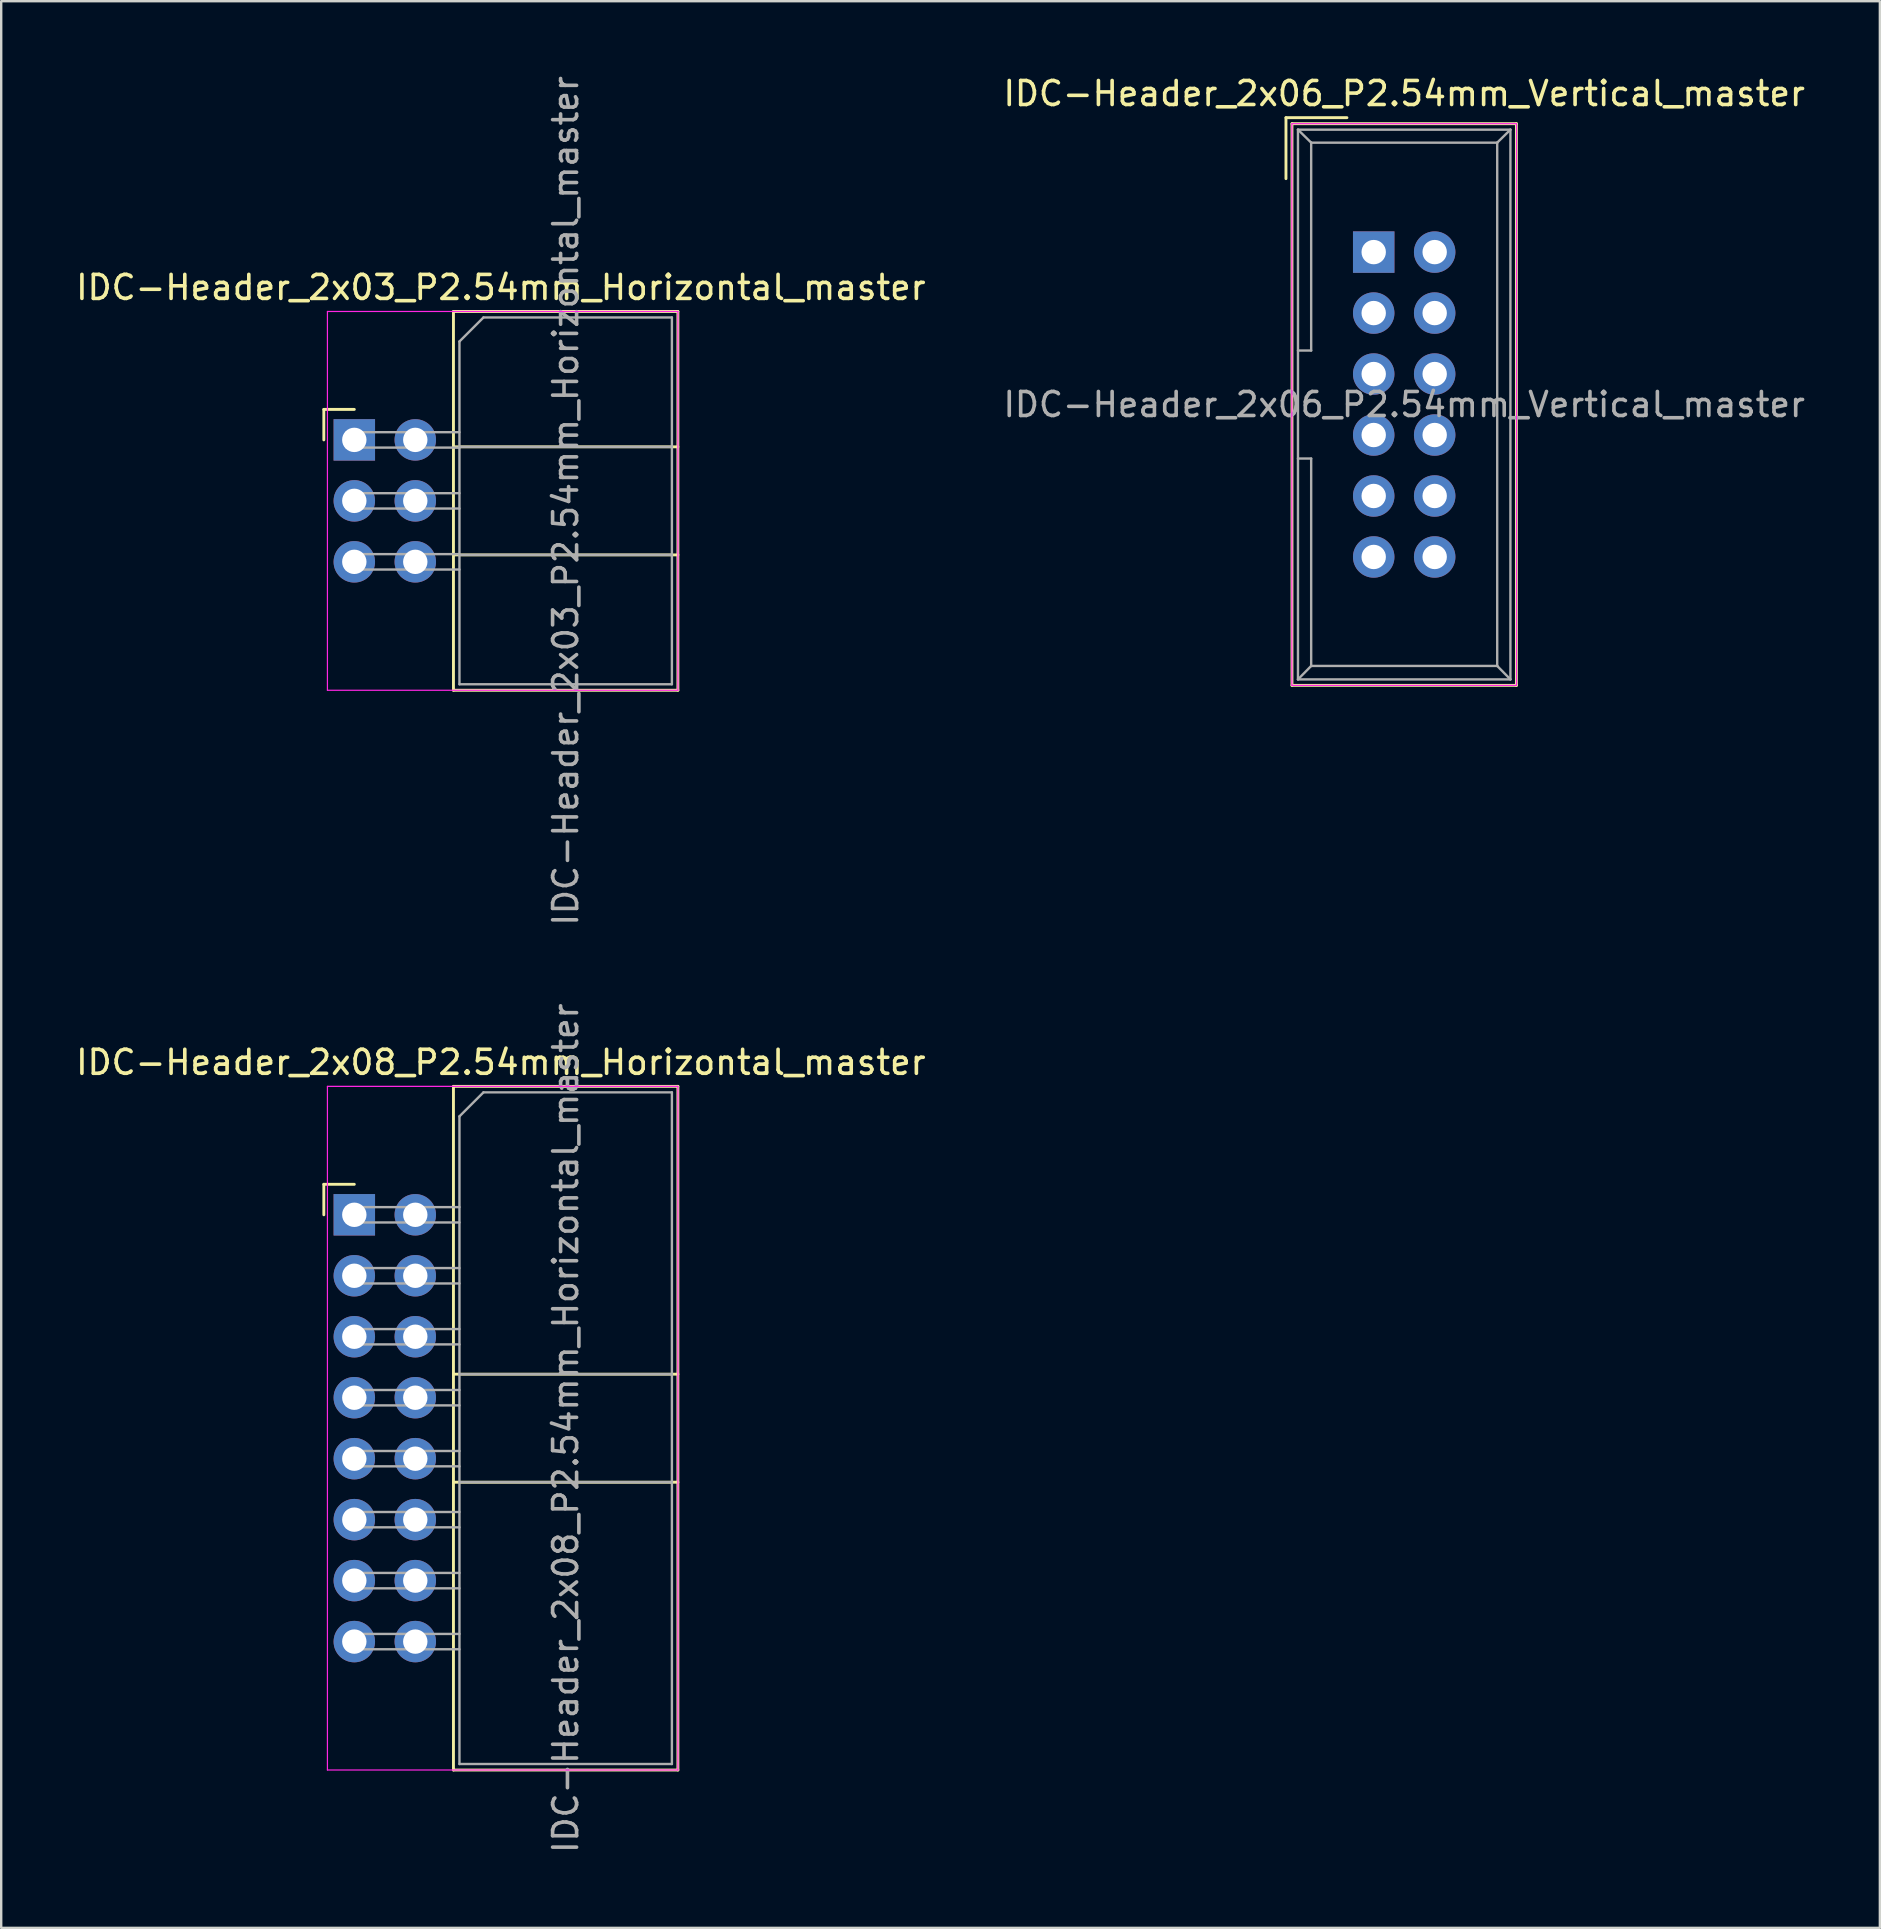
<source format=kicad_pcb>
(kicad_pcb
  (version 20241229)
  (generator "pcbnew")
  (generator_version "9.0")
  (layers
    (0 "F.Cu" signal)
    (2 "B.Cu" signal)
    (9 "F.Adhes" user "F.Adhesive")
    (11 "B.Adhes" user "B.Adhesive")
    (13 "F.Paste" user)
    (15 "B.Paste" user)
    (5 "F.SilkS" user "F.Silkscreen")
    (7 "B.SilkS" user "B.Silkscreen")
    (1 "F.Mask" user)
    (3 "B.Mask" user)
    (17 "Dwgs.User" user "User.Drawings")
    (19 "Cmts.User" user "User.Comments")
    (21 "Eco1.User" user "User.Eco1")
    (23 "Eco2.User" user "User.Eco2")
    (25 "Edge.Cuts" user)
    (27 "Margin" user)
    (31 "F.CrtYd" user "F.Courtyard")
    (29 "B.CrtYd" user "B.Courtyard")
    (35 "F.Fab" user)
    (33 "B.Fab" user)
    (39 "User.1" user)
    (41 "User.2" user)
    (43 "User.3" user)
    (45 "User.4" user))
  (footprint "IDC-Header_2x08_P2.54mm_Horizontal_master"
    (layer "F.Cu")
    (at 11.71 47.556)
    (property "Reference" "IDC-Header_2x08_P2.54mm_Horizontal_master" (at 6.105 -6.35 0) (layer "F.SilkS") (effects (font (size 1 1) (thickness 0.15))))
    (attr through_hole)
    (fp_line (start -1.27 -1.27) (end -1.27 0) (stroke (width 0.12) (type solid)) (layer "F.SilkS"))
    (fp_line (start 0 -1.27) (end -1.27 -1.27) (stroke (width 0.12) (type solid)) (layer "F.SilkS"))
    (fp_line (start 4.13 -5.35) (end 13.48 -5.35) (stroke (width 0.12) (type solid)) (layer "F.SilkS"))
    (fp_line (start 4.13 6.64) (end 13.48 6.64) (stroke (width 0.12) (type solid)) (layer "F.SilkS"))
    (fp_line (start 4.13 11.14) (end 13.48 11.14) (stroke (width 0.12) (type solid)) (layer "F.SilkS"))
    (fp_line (start 4.13 23.13) (end 4.13 -5.35) (stroke (width 0.12) (type solid)) (layer "F.SilkS"))
    (fp_line (start 4.13 23.13) (end 13.48 23.13) (stroke (width 0.12) (type solid)) (layer "F.SilkS"))
    (fp_line (start 13.48 -5.35) (end 13.48 23.13) (stroke (width 0.12) (type solid)) (layer "F.SilkS"))
    (fp_line (start -1.12 -5.35) (end 13.48 -5.35) (stroke (width 0.05) (type solid)) (layer "F.CrtYd"))
    (fp_line (start -1.12 23.13) (end -1.12 -5.35) (stroke (width 0.05) (type solid)) (layer "F.CrtYd"))
    (fp_line (start 13.48 -5.35) (end 13.48 23.13) (stroke (width 0.05) (type solid)) (layer "F.CrtYd"))
    (fp_line (start 13.48 23.13) (end -1.12 23.13) (stroke (width 0.05) (type solid)) (layer "F.CrtYd"))
    (fp_line (start -0.32 -0.32) (end -0.32 0.32) (stroke (width 0.1) (type solid)) (layer "F.Fab"))
    (fp_line (start -0.32 0.32) (end 4.38 0.32) (stroke (width 0.1) (type solid)) (layer "F.Fab"))
    (fp_line (start -0.32 2.22) (end -0.32 2.86) (stroke (width 0.1) (type solid)) (layer "F.Fab"))
    (fp_line (start -0.32 2.86) (end 4.38 2.86) (stroke (width 0.1) (type solid)) (layer "F.Fab"))
    (fp_line (start -0.32 4.76) (end -0.32 5.4) (stroke (width 0.1) (type solid)) (layer "F.Fab"))
    (fp_line (start -0.32 5.4) (end 4.38 5.4) (stroke (width 0.1) (type solid)) (layer "F.Fab"))
    (fp_line (start -0.32 7.3) (end -0.32 7.94) (stroke (width 0.1) (type solid)) (layer "F.Fab"))
    (fp_line (start -0.32 7.94) (end 4.38 7.94) (stroke (width 0.1) (type solid)) (layer "F.Fab"))
    (fp_line (start -0.32 9.84) (end -0.32 10.48) (stroke (width 0.1) (type solid)) (layer "F.Fab"))
    (fp_line (start -0.32 10.48) (end 4.38 10.48) (stroke (width 0.1) (type solid)) (layer "F.Fab"))
    (fp_line (start -0.32 12.38) (end -0.32 13.02) (stroke (width 0.1) (type solid)) (layer "F.Fab"))
    (fp_line (start -0.32 13.02) (end 4.38 13.02) (stroke (width 0.1) (type solid)) (layer "F.Fab"))
    (fp_line (start -0.32 14.92) (end -0.32 15.56) (stroke (width 0.1) (type solid)) (layer "F.Fab"))
    (fp_line (start -0.32 15.56) (end 4.38 15.56) (stroke (width 0.1) (type solid)) (layer "F.Fab"))
    (fp_line (start -0.32 17.46) (end -0.32 18.1) (stroke (width 0.1) (type solid)) (layer "F.Fab"))
    (fp_line (start -0.32 18.1) (end 4.38 18.1) (stroke (width 0.1) (type solid)) (layer "F.Fab"))
    (fp_line (start 4.38 -4.1) (end 5.38 -5.1) (stroke (width 0.1) (type solid)) (layer "F.Fab"))
    (fp_line (start 4.38 -0.32) (end -0.32 -0.32) (stroke (width 0.1) (type solid)) (layer "F.Fab"))
    (fp_line (start 4.38 2.22) (end -0.32 2.22) (stroke (width 0.1) (type solid)) (layer "F.Fab"))
    (fp_line (start 4.38 4.76) (end -0.32 4.76) (stroke (width 0.1) (type solid)) (layer "F.Fab"))
    (fp_line (start 4.38 6.64) (end 13.23 6.64) (stroke (width 0.1) (type solid)) (layer "F.Fab"))
    (fp_line (start 4.38 7.3) (end -0.32 7.3) (stroke (width 0.1) (type solid)) (layer "F.Fab"))
    (fp_line (start 4.38 9.84) (end -0.32 9.84) (stroke (width 0.1) (type solid)) (layer "F.Fab"))
    (fp_line (start 4.38 11.14) (end 13.23 11.14) (stroke (width 0.1) (type solid)) (layer "F.Fab"))
    (fp_line (start 4.38 12.38) (end -0.32 12.38) (stroke (width 0.1) (type solid)) (layer "F.Fab"))
    (fp_line (start 4.38 14.92) (end -0.32 14.92) (stroke (width 0.1) (type solid)) (layer "F.Fab"))
    (fp_line (start 4.38 17.46) (end -0.32 17.46) (stroke (width 0.1) (type solid)) (layer "F.Fab"))
    (fp_line (start 4.38 22.88) (end 4.38 -4.1) (stroke (width 0.1) (type solid)) (layer "F.Fab"))
    (fp_line (start 4.38 22.88) (end 13.23 22.88) (stroke (width 0.1) (type solid)) (layer "F.Fab"))
    (fp_line (start 5.38 -5.1) (end 13.23 -5.1) (stroke (width 0.1) (type solid)) (layer "F.Fab"))
    (fp_line (start 13.23 22.88) (end 13.23 -5.1) (stroke (width 0.1) (type solid)) (layer "F.Fab"))
    (fp_text user "${REFERENCE}" (at 8.805 8.89 90) (layer "F.Fab") (effects (font (size 1 1) (thickness 0.15))))
    (pad "1" thru_hole rect (at 0 0) (size 1.727 1.727) (drill 1.016) (layers "*.Cu" "*.Mask"))
    (pad "2" thru_hole oval (at 2.54 0) (size 1.727 1.727) (drill 1.016) (layers "*.Cu" "*.Mask"))
    (pad "3" thru_hole oval (at 0 2.54) (size 1.727 1.727) (drill 1.016) (layers "*.Cu" "*.Mask"))
    (pad "4" thru_hole oval (at 2.54 2.54) (size 1.727 1.727) (drill 1.016) (layers "*.Cu" "*.Mask"))
    (pad "5" thru_hole oval (at 0 5.08) (size 1.727 1.727) (drill 1.016) (layers "*.Cu" "*.Mask"))
    (pad "6" thru_hole oval (at 2.54 5.08) (size 1.727 1.727) (drill 1.016) (layers "*.Cu" "*.Mask"))
    (pad "7" thru_hole oval (at 0 7.62) (size 1.727 1.727) (drill 1.016) (layers "*.Cu" "*.Mask"))
    (pad "8" thru_hole oval (at 2.54 7.62) (size 1.727 1.727) (drill 1.016) (layers "*.Cu" "*.Mask"))
    (pad "9" thru_hole oval (at 0 10.16) (size 1.727 1.727) (drill 1.016) (layers "*.Cu" "*.Mask"))
    (pad "10" thru_hole oval (at 2.54 10.16) (size 1.727 1.727) (drill 1.016) (layers "*.Cu" "*.Mask"))
    (pad "11" thru_hole oval (at 0 12.7) (size 1.727 1.727) (drill 1.016) (layers "*.Cu" "*.Mask"))
    (pad "12" thru_hole oval (at 2.54 12.7) (size 1.727 1.727) (drill 1.016) (layers "*.Cu" "*.Mask"))
    (pad "13" thru_hole oval (at 0 15.24) (size 1.727 1.727) (drill 1.016) (layers "*.Cu" "*.Mask"))
    (pad "14" thru_hole oval (at 2.54 15.24) (size 1.727 1.727) (drill 1.016) (layers "*.Cu" "*.Mask"))
    (pad "15" thru_hole oval (at 0 17.78) (size 1.727 1.727) (drill 1.016) (layers "*.Cu" "*.Mask"))
    (pad "16" thru_hole oval (at 2.54 17.78) (size 1.727 1.727) (drill 1.016) (layers "*.Cu" "*.Mask")))
  (footprint "IDC-Header_2x06_P2.54mm_Vertical_master"
    (layer "F.Cu")
    (at 54.176 7.452)
    (property "Reference" "IDC-Header_2x06_P2.54mm_Vertical_master" (at 1.27 -6.604 0) (layer "F.SilkS") (effects (font (size 1 1) (thickness 0.15))))
    (attr through_hole)
    (fp_line (start -3.655 -5.6) (end -3.655 -3.06) (stroke (width 0.12) (type solid)) (layer "F.SilkS"))
    (fp_line (start -3.655 -5.6) (end -1.115 -5.6) (stroke (width 0.12) (type solid)) (layer "F.SilkS"))
    (fp_line (start -3.405 -5.35) (end 5.945 -5.35) (stroke (width 0.12) (type solid)) (layer "F.SilkS"))
    (fp_line (start -3.405 18.05) (end -3.405 -5.35) (stroke (width 0.12) (type solid)) (layer "F.SilkS"))
    (fp_line (start 5.945 -5.35) (end 5.945 18.05) (stroke (width 0.12) (type solid)) (layer "F.SilkS"))
    (fp_line (start 5.945 18.05) (end -3.405 18.05) (stroke (width 0.12) (type solid)) (layer "F.SilkS"))
    (fp_line (start -3.41 -5.35) (end 5.95 -5.35) (stroke (width 0.05) (type solid)) (layer "F.CrtYd"))
    (fp_line (start -3.41 18.05) (end -3.41 -5.35) (stroke (width 0.05) (type solid)) (layer "F.CrtYd"))
    (fp_line (start 5.95 -5.35) (end 5.95 18.05) (stroke (width 0.05) (type solid)) (layer "F.CrtYd"))
    (fp_line (start 5.95 18.05) (end -3.41 18.05) (stroke (width 0.05) (type solid)) (layer "F.CrtYd"))
    (fp_line (start -3.155 -5.1) (end -3.155 17.8) (stroke (width 0.1) (type solid)) (layer "F.Fab"))
    (fp_line (start -3.155 -5.1) (end -2.605 -4.56) (stroke (width 0.1) (type solid)) (layer "F.Fab"))
    (fp_line (start -3.155 17.8) (end -2.605 17.24) (stroke (width 0.1) (type solid)) (layer "F.Fab"))
    (fp_line (start -2.605 -4.56) (end -2.605 4.1) (stroke (width 0.1) (type solid)) (layer "F.Fab"))
    (fp_line (start -2.605 4.1) (end -3.155 4.1) (stroke (width 0.1) (type solid)) (layer "F.Fab"))
    (fp_line (start -2.605 8.6) (end -3.155 8.6) (stroke (width 0.1) (type solid)) (layer "F.Fab"))
    (fp_line (start -2.605 8.6) (end -2.605 17.24) (stroke (width 0.1) (type solid)) (layer "F.Fab"))
    (fp_line (start 5.145 -4.56) (end -2.605 -4.56) (stroke (width 0.1) (type solid)) (layer "F.Fab"))
    (fp_line (start 5.145 -4.56) (end 5.145 17.24) (stroke (width 0.1) (type solid)) (layer "F.Fab"))
    (fp_line (start 5.145 17.24) (end -2.605 17.24) (stroke (width 0.1) (type solid)) (layer "F.Fab"))
    (fp_line (start 5.695 -5.1) (end -3.155 -5.1) (stroke (width 0.1) (type solid)) (layer "F.Fab"))
    (fp_line (start 5.695 -5.1) (end 5.145 -4.56) (stroke (width 0.1) (type solid)) (layer "F.Fab"))
    (fp_line (start 5.695 -5.1) (end 5.695 17.8) (stroke (width 0.1) (type solid)) (layer "F.Fab"))
    (fp_line (start 5.695 17.8) (end -3.155 17.8) (stroke (width 0.1) (type solid)) (layer "F.Fab"))
    (fp_line (start 5.695 17.8) (end 5.145 17.24) (stroke (width 0.1) (type solid)) (layer "F.Fab"))
    (fp_text user "${REFERENCE}" (at 1.27 6.35 0) (layer "F.Fab") (effects (font (size 1 1) (thickness 0.15))))
    (pad "1" thru_hole rect (at 0 0) (size 1.727 1.727) (drill 1.016) (layers "*.Cu" "*.Mask"))
    (pad "2" thru_hole oval (at 2.54 0) (size 1.727 1.727) (drill 1.016) (layers "*.Cu" "*.Mask"))
    (pad "3" thru_hole oval (at 0 2.54) (size 1.727 1.727) (drill 1.016) (layers "*.Cu" "*.Mask"))
    (pad "4" thru_hole oval (at 2.54 2.54) (size 1.727 1.727) (drill 1.016) (layers "*.Cu" "*.Mask"))
    (pad "5" thru_hole oval (at 0 5.08) (size 1.727 1.727) (drill 1.016) (layers "*.Cu" "*.Mask"))
    (pad "6" thru_hole oval (at 2.54 5.08) (size 1.727 1.727) (drill 1.016) (layers "*.Cu" "*.Mask"))
    (pad "7" thru_hole oval (at 0 7.62) (size 1.727 1.727) (drill 1.016) (layers "*.Cu" "*.Mask"))
    (pad "8" thru_hole oval (at 2.54 7.62) (size 1.727 1.727) (drill 1.016) (layers "*.Cu" "*.Mask"))
    (pad "9" thru_hole oval (at 0 10.16) (size 1.727 1.727) (drill 1.016) (layers "*.Cu" "*.Mask"))
    (pad "10" thru_hole oval (at 2.54 10.16) (size 1.727 1.727) (drill 1.016) (layers "*.Cu" "*.Mask"))
    (pad "11" thru_hole oval (at 0 12.7) (size 1.727 1.727) (drill 1.016) (layers "*.Cu" "*.Mask"))
    (pad "12" thru_hole oval (at 2.54 12.7) (size 1.727 1.727) (drill 1.016) (layers "*.Cu" "*.Mask")))
  (footprint "IDC-Header_2x03_P2.54mm_Horizontal_master"
    (layer "F.Cu")
    (at 11.71 15.275)
    (property "Reference" "IDC-Header_2x03_P2.54mm_Horizontal_master" (at 6.105 -6.35 0) (layer "F.SilkS") (effects (font (size 1 1) (thickness 0.15))))
    (attr through_hole)
    (fp_line (start -1.27 -1.27) (end -1.27 0) (stroke (width 0.12) (type solid)) (layer "F.SilkS"))
    (fp_line (start 0 -1.27) (end -1.27 -1.27) (stroke (width 0.12) (type solid)) (layer "F.SilkS"))
    (fp_line (start 4.13 -5.35) (end 13.48 -5.35) (stroke (width 0.12) (type solid)) (layer "F.SilkS"))
    (fp_line (start 4.13 0.29) (end 13.48 0.29) (stroke (width 0.12) (type solid)) (layer "F.SilkS"))
    (fp_line (start 4.13 4.79) (end 13.48 4.79) (stroke (width 0.12) (type solid)) (layer "F.SilkS"))
    (fp_line (start 4.13 10.43) (end 4.13 -5.35) (stroke (width 0.12) (type solid)) (layer "F.SilkS"))
    (fp_line (start 4.13 10.43) (end 13.48 10.43) (stroke (width 0.12) (type solid)) (layer "F.SilkS"))
    (fp_line (start 13.48 -5.35) (end 13.48 10.43) (stroke (width 0.12) (type solid)) (layer "F.SilkS"))
    (fp_line (start -1.12 -5.35) (end 13.48 -5.35) (stroke (width 0.05) (type solid)) (layer "F.CrtYd"))
    (fp_line (start -1.12 10.43) (end -1.12 -5.35) (stroke (width 0.05) (type solid)) (layer "F.CrtYd"))
    (fp_line (start 13.48 -5.35) (end 13.48 10.43) (stroke (width 0.05) (type solid)) (layer "F.CrtYd"))
    (fp_line (start 13.48 10.43) (end -1.12 10.43) (stroke (width 0.05) (type solid)) (layer "F.CrtYd"))
    (fp_line (start -0.32 -0.32) (end -0.32 0.32) (stroke (width 0.1) (type solid)) (layer "F.Fab"))
    (fp_line (start -0.32 0.32) (end 4.38 0.32) (stroke (width 0.1) (type solid)) (layer "F.Fab"))
    (fp_line (start -0.32 2.22) (end -0.32 2.86) (stroke (width 0.1) (type solid)) (layer "F.Fab"))
    (fp_line (start -0.32 2.86) (end 4.38 2.86) (stroke (width 0.1) (type solid)) (layer "F.Fab"))
    (fp_line (start -0.32 4.76) (end -0.32 5.4) (stroke (width 0.1) (type solid)) (layer "F.Fab"))
    (fp_line (start -0.32 5.4) (end 4.38 5.4) (stroke (width 0.1) (type solid)) (layer "F.Fab"))
    (fp_line (start 4.38 -4.1) (end 5.38 -5.1) (stroke (width 0.1) (type solid)) (layer "F.Fab"))
    (fp_line (start 4.38 -0.32) (end -0.32 -0.32) (stroke (width 0.1) (type solid)) (layer "F.Fab"))
    (fp_line (start 4.38 0.29) (end 13.23 0.29) (stroke (width 0.1) (type solid)) (layer "F.Fab"))
    (fp_line (start 4.38 2.22) (end -0.32 2.22) (stroke (width 0.1) (type solid)) (layer "F.Fab"))
    (fp_line (start 4.38 4.76) (end -0.32 4.76) (stroke (width 0.1) (type solid)) (layer "F.Fab"))
    (fp_line (start 4.38 4.79) (end 13.23 4.79) (stroke (width 0.1) (type solid)) (layer "F.Fab"))
    (fp_line (start 4.38 10.18) (end 4.38 -4.1) (stroke (width 0.1) (type solid)) (layer "F.Fab"))
    (fp_line (start 4.38 10.18) (end 13.23 10.18) (stroke (width 0.1) (type solid)) (layer "F.Fab"))
    (fp_line (start 5.38 -5.1) (end 13.23 -5.1) (stroke (width 0.1) (type solid)) (layer "F.Fab"))
    (fp_line (start 13.23 10.18) (end 13.23 -5.1) (stroke (width 0.1) (type solid)) (layer "F.Fab"))
    (fp_text user "${REFERENCE}" (at 8.805 2.54 90) (layer "F.Fab") (effects (font (size 1 1) (thickness 0.15))))
    (pad "1" thru_hole rect (at 0 0) (size 1.727 1.727) (drill 1.016) (layers "*.Cu" "*.Mask"))
    (pad "2" thru_hole oval (at 2.54 0) (size 1.727 1.727) (drill 1.016) (layers "*.Cu" "*.Mask"))
    (pad "3" thru_hole oval (at 0 2.54) (size 1.727 1.727) (drill 1.016) (layers "*.Cu" "*.Mask"))
    (pad "4" thru_hole oval (at 2.54 2.54) (size 1.727 1.727) (drill 1.016) (layers "*.Cu" "*.Mask"))
    (pad "5" thru_hole oval (at 0 5.08) (size 1.727 1.727) (drill 1.016) (layers "*.Cu" "*.Mask"))
    (pad "6" thru_hole oval (at 2.54 5.08) (size 1.727 1.727) (drill 1.016) (layers "*.Cu" "*.Mask")))
  (gr_rect
    (start -3 -3)
    (end 75.262 77.262)
    (stroke (width 0.1) (type default))
    (fill no)
    (layer "Edge.Cuts")))
</source>
